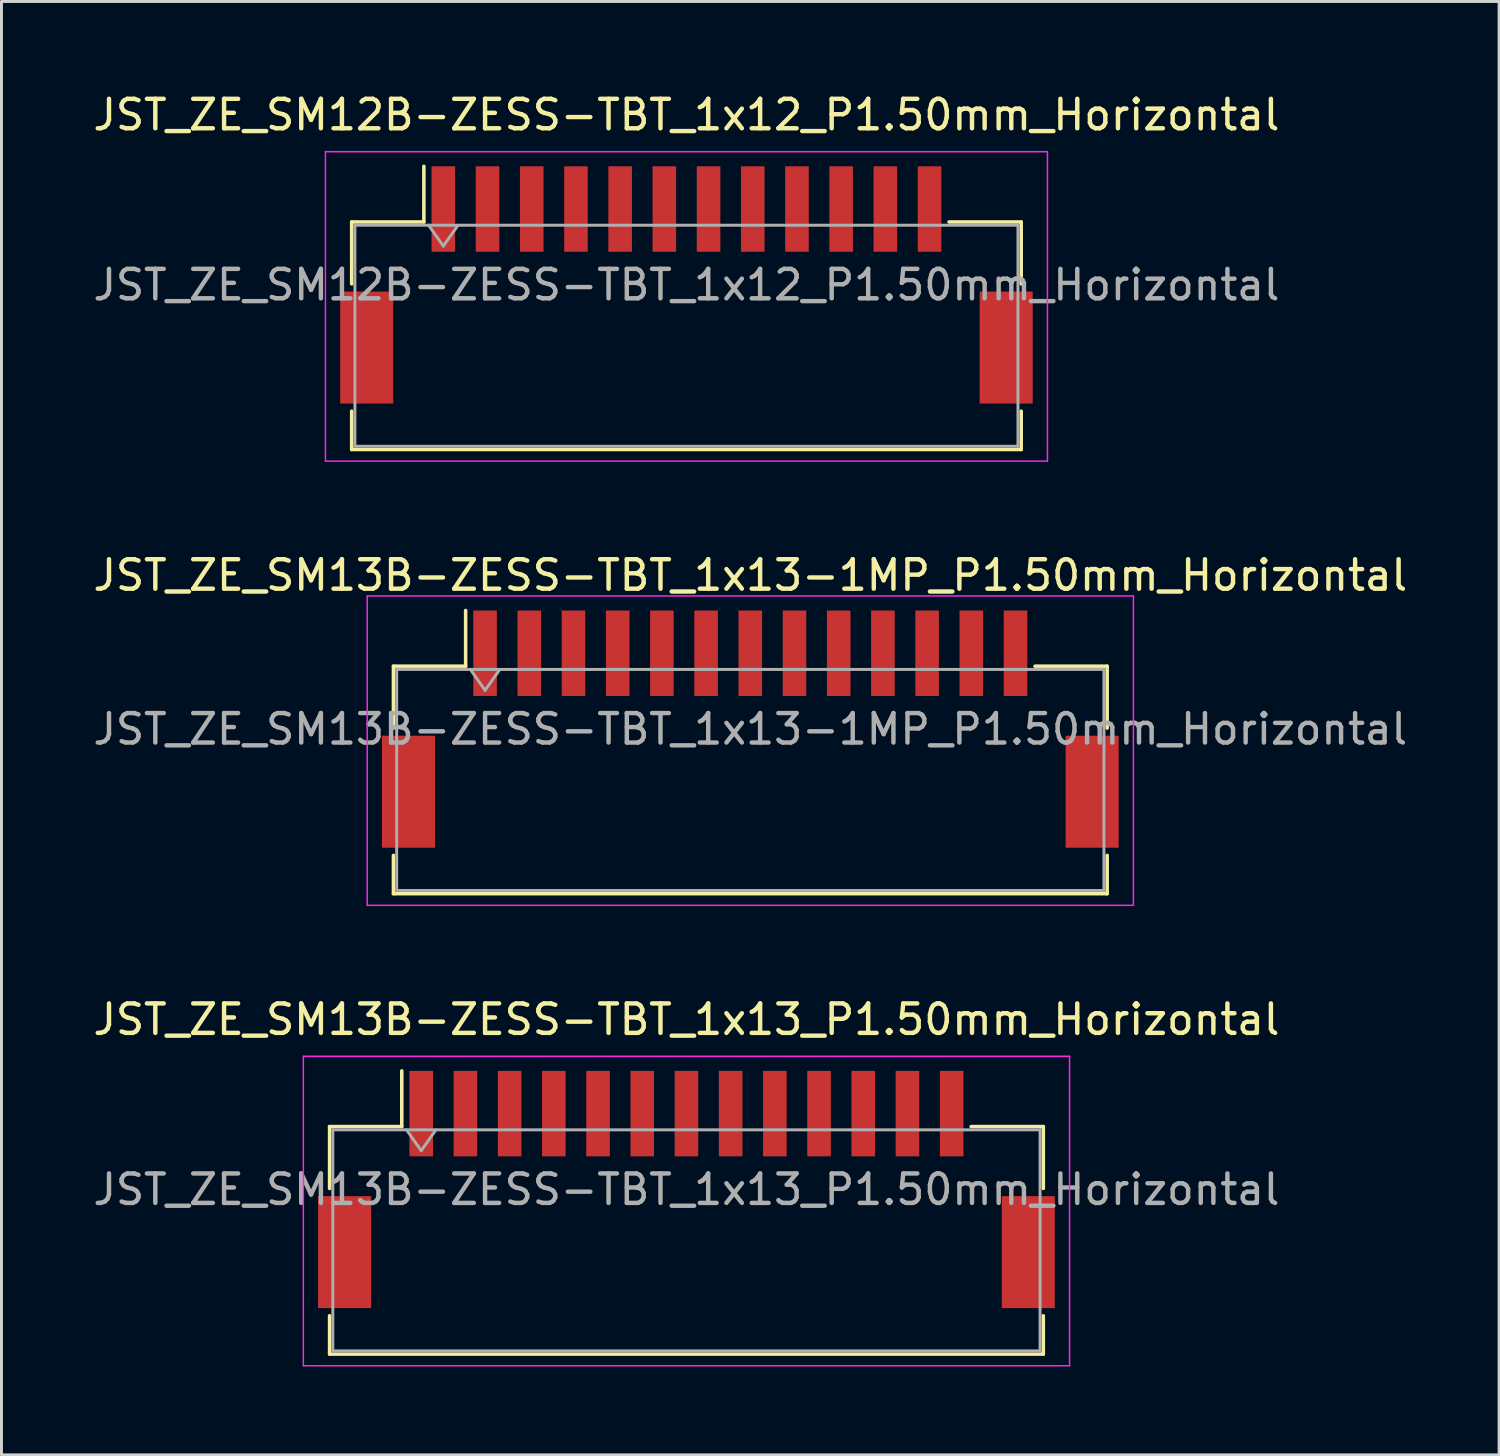
<source format=kicad_pcb>
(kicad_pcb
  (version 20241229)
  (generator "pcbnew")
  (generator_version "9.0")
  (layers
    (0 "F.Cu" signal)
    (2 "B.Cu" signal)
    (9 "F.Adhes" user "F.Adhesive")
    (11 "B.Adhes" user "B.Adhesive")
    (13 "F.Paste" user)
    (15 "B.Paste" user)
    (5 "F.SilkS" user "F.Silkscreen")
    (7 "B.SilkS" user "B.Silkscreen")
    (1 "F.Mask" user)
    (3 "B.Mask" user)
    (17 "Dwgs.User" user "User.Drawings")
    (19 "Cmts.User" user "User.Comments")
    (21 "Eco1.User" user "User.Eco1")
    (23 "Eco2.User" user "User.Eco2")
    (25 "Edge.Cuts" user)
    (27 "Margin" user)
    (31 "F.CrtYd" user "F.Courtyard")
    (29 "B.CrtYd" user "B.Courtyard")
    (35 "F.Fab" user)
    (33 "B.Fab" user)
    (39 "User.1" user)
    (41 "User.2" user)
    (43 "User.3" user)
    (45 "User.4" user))
  (footprint "JST_ZE_SM13B-ZESS-TBT_1x13-1MP_P1.50mm_Horizontal"
    (layer "F.Cu")
    (at 22.411 21.692)
    (property "Reference" "JST_ZE_SM13B-ZESS-TBT_1x13-1MP_P1.50mm_Horizontal" (at 0 -5.22 0) (layer "F.SilkS") (effects (font (size 1 1) (thickness 0.15))))
    (attr smd)
    (fp_line (start -12.11 -2.135) (end -9.66 -2.135) (stroke (width 0.12) (type solid)) (layer "F.SilkS"))
    (fp_line (start -12.11 -0.035) (end -12.11 -2.135) (stroke (width 0.12) (type solid)) (layer "F.SilkS"))
    (fp_line (start -12.11 4.285) (end -12.11 5.585) (stroke (width 0.12) (type solid)) (layer "F.SilkS"))
    (fp_line (start -12.11 5.585) (end 12.11 5.585) (stroke (width 0.12) (type solid)) (layer "F.SilkS"))
    (fp_line (start -9.66 -2.135) (end -9.66 -4.025) (stroke (width 0.12) (type solid)) (layer "F.SilkS"))
    (fp_line (start 12.11 -2.135) (end 9.66 -2.135) (stroke (width 0.12) (type solid)) (layer "F.SilkS"))
    (fp_line (start 12.11 -0.035) (end 12.11 -2.135) (stroke (width 0.12) (type solid)) (layer "F.SilkS"))
    (fp_line (start 12.11 5.585) (end 12.11 4.285) (stroke (width 0.12) (type solid)) (layer "F.SilkS"))
    (fp_line (start -13 -4.52) (end -13 5.98) (stroke (width 0.05) (type solid)) (layer "F.CrtYd"))
    (fp_line (start -13 5.98) (end 13 5.98) (stroke (width 0.05) (type solid)) (layer "F.CrtYd"))
    (fp_line (start 13 -4.52) (end -13 -4.52) (stroke (width 0.05) (type solid)) (layer "F.CrtYd"))
    (fp_line (start 13 5.98) (end 13 -4.52) (stroke (width 0.05) (type solid)) (layer "F.CrtYd"))
    (fp_line (start -12 -2.025) (end -12 5.475) (stroke (width 0.1) (type solid)) (layer "F.Fab"))
    (fp_line (start -12 -2.025) (end 12 -2.025) (stroke (width 0.1) (type solid)) (layer "F.Fab"))
    (fp_line (start -12 5.475) (end 12 5.475) (stroke (width 0.1) (type solid)) (layer "F.Fab"))
    (fp_line (start -9.5 -2.025) (end -9 -1.318) (stroke (width 0.1) (type solid)) (layer "F.Fab"))
    (fp_line (start -9 -1.318) (end -8.5 -2.025) (stroke (width 0.1) (type solid)) (layer "F.Fab"))
    (fp_line (start 12 -2.025) (end 12 5.475) (stroke (width 0.1) (type solid)) (layer "F.Fab"))
    (fp_text user "${REFERENCE}" (at 0 0 0) (layer "F.Fab") (effects (font (size 1 1) (thickness 0.15))))
    (pad "1" smd rect (at -9 -2.575) (size 0.8 2.9) (layers "F.Cu" "F.Mask" "F.Paste"))
    (pad "2" smd rect (at -7.5 -2.575) (size 0.8 2.9) (layers "F.Cu" "F.Mask" "F.Paste"))
    (pad "3" smd rect (at -6 -2.575) (size 0.8 2.9) (layers "F.Cu" "F.Mask" "F.Paste"))
    (pad "4" smd rect (at -4.5 -2.575) (size 0.8 2.9) (layers "F.Cu" "F.Mask" "F.Paste"))
    (pad "5" smd rect (at -3 -2.575) (size 0.8 2.9) (layers "F.Cu" "F.Mask" "F.Paste"))
    (pad "6" smd rect (at -1.5 -2.575) (size 0.8 2.9) (layers "F.Cu" "F.Mask" "F.Paste"))
    (pad "7" smd rect (at 0 -2.575) (size 0.8 2.9) (layers "F.Cu" "F.Mask" "F.Paste"))
    (pad "8" smd rect (at 1.5 -2.575) (size 0.8 2.9) (layers "F.Cu" "F.Mask" "F.Paste"))
    (pad "9" smd rect (at 3 -2.575) (size 0.8 2.9) (layers "F.Cu" "F.Mask" "F.Paste"))
    (pad "10" smd rect (at 4.5 -2.575) (size 0.8 2.9) (layers "F.Cu" "F.Mask" "F.Paste"))
    (pad "11" smd rect (at 6 -2.575) (size 0.8 2.9) (layers "F.Cu" "F.Mask" "F.Paste"))
    (pad "12" smd rect (at 7.5 -2.575) (size 0.8 2.9) (layers "F.Cu" "F.Mask" "F.Paste"))
    (pad "13" smd rect (at 9 -2.575) (size 0.8 2.9) (layers "F.Cu" "F.Mask" "F.Paste"))
    (pad "MP" smd rect (at -11.6 2.125) (size 1.8 3.8) (layers "F.Cu" "F.Mask" "F.Paste"))
    (pad "MP" smd rect (at 11.6 2.125) (size 1.8 3.8) (layers "F.Cu" "F.Mask" "F.Paste")))
  (footprint "JST_ZE_SM13B-ZESS-TBT_1x13_P1.50mm_Horizontal"
    (layer "F.Cu")
    (at 20.244 37.315)
    (property "Reference" "JST_ZE_SM13B-ZESS-TBT_1x13_P1.50mm_Horizontal" (at 0 -5.77 0) (layer "F.SilkS") (effects (font (size 1 1) (thickness 0.15))))
    (attr smd)
    (fp_line (start -12.11 -2.135) (end -9.66 -2.135) (stroke (width 0.12) (type solid)) (layer "F.SilkS"))
    (fp_line (start -12.11 -0.035) (end -12.11 -2.135) (stroke (width 0.12) (type solid)) (layer "F.SilkS"))
    (fp_line (start -12.11 4.285) (end -12.11 5.585) (stroke (width 0.12) (type solid)) (layer "F.SilkS"))
    (fp_line (start -12.11 5.585) (end 12.11 5.585) (stroke (width 0.12) (type solid)) (layer "F.SilkS"))
    (fp_line (start -9.66 -2.135) (end -9.66 -4.025) (stroke (width 0.12) (type solid)) (layer "F.SilkS"))
    (fp_line (start 12.11 -2.135) (end 9.66 -2.135) (stroke (width 0.12) (type solid)) (layer "F.SilkS"))
    (fp_line (start 12.11 -0.035) (end 12.11 -2.135) (stroke (width 0.12) (type solid)) (layer "F.SilkS"))
    (fp_line (start 12.11 5.585) (end 12.11 4.285) (stroke (width 0.12) (type solid)) (layer "F.SilkS"))
    (fp_line (start -13 -4.52) (end -13 5.98) (stroke (width 0.05) (type solid)) (layer "F.CrtYd"))
    (fp_line (start -13 5.98) (end 13 5.98) (stroke (width 0.05) (type solid)) (layer "F.CrtYd"))
    (fp_line (start 13 -4.52) (end -13 -4.52) (stroke (width 0.05) (type solid)) (layer "F.CrtYd"))
    (fp_line (start 13 5.98) (end 13 -4.52) (stroke (width 0.05) (type solid)) (layer "F.CrtYd"))
    (fp_line (start -12 -2.025) (end -12 5.475) (stroke (width 0.1) (type solid)) (layer "F.Fab"))
    (fp_line (start -12 -2.025) (end 12 -2.025) (stroke (width 0.1) (type solid)) (layer "F.Fab"))
    (fp_line (start -12 5.475) (end 12 5.475) (stroke (width 0.1) (type solid)) (layer "F.Fab"))
    (fp_line (start -9.5 -2.025) (end -9 -1.318) (stroke (width 0.1) (type solid)) (layer "F.Fab"))
    (fp_line (start -9 -1.318) (end -8.5 -2.025) (stroke (width 0.1) (type solid)) (layer "F.Fab"))
    (fp_line (start 12 -2.025) (end 12 5.475) (stroke (width 0.1) (type solid)) (layer "F.Fab"))
    (fp_text user "${REFERENCE}" (at 0 0 0) (layer "F.Fab") (effects (font (size 1 1) (thickness 0.15))))
    (pad "" smd rect (at -11.6 2.125) (size 1.8 3.8) (layers "F.Cu" "F.Mask" "F.Paste"))
    (pad "" smd rect (at 11.6 2.125) (size 1.8 3.8) (layers "F.Cu" "F.Mask" "F.Paste"))
    (pad "1" smd rect (at -9 -2.575) (size 0.8 2.9) (layers "F.Cu" "F.Mask" "F.Paste"))
    (pad "2" smd rect (at -7.5 -2.575) (size 0.8 2.9) (layers "F.Cu" "F.Mask" "F.Paste"))
    (pad "3" smd rect (at -6 -2.575) (size 0.8 2.9) (layers "F.Cu" "F.Mask" "F.Paste"))
    (pad "4" smd rect (at -4.5 -2.575) (size 0.8 2.9) (layers "F.Cu" "F.Mask" "F.Paste"))
    (pad "5" smd rect (at -3 -2.575) (size 0.8 2.9) (layers "F.Cu" "F.Mask" "F.Paste"))
    (pad "6" smd rect (at -1.5 -2.575) (size 0.8 2.9) (layers "F.Cu" "F.Mask" "F.Paste"))
    (pad "7" smd rect (at 0 -2.575) (size 0.8 2.9) (layers "F.Cu" "F.Mask" "F.Paste"))
    (pad "8" smd rect (at 1.5 -2.575) (size 0.8 2.9) (layers "F.Cu" "F.Mask" "F.Paste"))
    (pad "9" smd rect (at 3 -2.575) (size 0.8 2.9) (layers "F.Cu" "F.Mask" "F.Paste"))
    (pad "10" smd rect (at 4.5 -2.575) (size 0.8 2.9) (layers "F.Cu" "F.Mask" "F.Paste"))
    (pad "11" smd rect (at 6 -2.575) (size 0.8 2.9) (layers "F.Cu" "F.Mask" "F.Paste"))
    (pad "12" smd rect (at 7.5 -2.575) (size 0.8 2.9) (layers "F.Cu" "F.Mask" "F.Paste"))
    (pad "13" smd rect (at 9 -2.575) (size 0.8 2.9) (layers "F.Cu" "F.Mask" "F.Paste")))
  (footprint "JST_ZE_SM12B-ZESS-TBT_1x12_P1.50mm_Horizontal"
    (layer "F.Cu")
    (at 20.244 6.618)
    (property "Reference" "JST_ZE_SM12B-ZESS-TBT_1x12_P1.50mm_Horizontal" (at 0 -5.77 0) (layer "F.SilkS") (effects (font (size 1 1) (thickness 0.15))))
    (attr smd)
    (fp_line (start -11.36 -2.135) (end -8.91 -2.135) (stroke (width 0.12) (type solid)) (layer "F.SilkS"))
    (fp_line (start -11.36 -0.035) (end -11.36 -2.135) (stroke (width 0.12) (type solid)) (layer "F.SilkS"))
    (fp_line (start -11.36 4.285) (end -11.36 5.585) (stroke (width 0.12) (type solid)) (layer "F.SilkS"))
    (fp_line (start -11.36 5.585) (end 11.36 5.585) (stroke (width 0.12) (type solid)) (layer "F.SilkS"))
    (fp_line (start -8.91 -2.135) (end -8.91 -4.025) (stroke (width 0.12) (type solid)) (layer "F.SilkS"))
    (fp_line (start 11.36 -2.135) (end 8.91 -2.135) (stroke (width 0.12) (type solid)) (layer "F.SilkS"))
    (fp_line (start 11.36 -0.035) (end 11.36 -2.135) (stroke (width 0.12) (type solid)) (layer "F.SilkS"))
    (fp_line (start 11.36 5.585) (end 11.36 4.285) (stroke (width 0.12) (type solid)) (layer "F.SilkS"))
    (fp_line (start -12.25 -4.52) (end -12.25 5.98) (stroke (width 0.05) (type solid)) (layer "F.CrtYd"))
    (fp_line (start -12.25 5.98) (end 12.25 5.98) (stroke (width 0.05) (type solid)) (layer "F.CrtYd"))
    (fp_line (start 12.25 -4.52) (end -12.25 -4.52) (stroke (width 0.05) (type solid)) (layer "F.CrtYd"))
    (fp_line (start 12.25 5.98) (end 12.25 -4.52) (stroke (width 0.05) (type solid)) (layer "F.CrtYd"))
    (fp_line (start -11.25 -2.025) (end -11.25 5.475) (stroke (width 0.1) (type solid)) (layer "F.Fab"))
    (fp_line (start -11.25 -2.025) (end 11.25 -2.025) (stroke (width 0.1) (type solid)) (layer "F.Fab"))
    (fp_line (start -11.25 5.475) (end 11.25 5.475) (stroke (width 0.1) (type solid)) (layer "F.Fab"))
    (fp_line (start -8.75 -2.025) (end -8.25 -1.318) (stroke (width 0.1) (type solid)) (layer "F.Fab"))
    (fp_line (start -8.25 -1.318) (end -7.75 -2.025) (stroke (width 0.1) (type solid)) (layer "F.Fab"))
    (fp_line (start 11.25 -2.025) (end 11.25 5.475) (stroke (width 0.1) (type solid)) (layer "F.Fab"))
    (fp_text user "${REFERENCE}" (at 0 0 0) (layer "F.Fab") (effects (font (size 1 1) (thickness 0.15))))
    (pad "" smd rect (at -10.85 2.125) (size 1.8 3.8) (layers "F.Cu" "F.Mask" "F.Paste"))
    (pad "" smd rect (at 10.85 2.125) (size 1.8 3.8) (layers "F.Cu" "F.Mask" "F.Paste"))
    (pad "1" smd rect (at -8.25 -2.575) (size 0.8 2.9) (layers "F.Cu" "F.Mask" "F.Paste"))
    (pad "2" smd rect (at -6.75 -2.575) (size 0.8 2.9) (layers "F.Cu" "F.Mask" "F.Paste"))
    (pad "3" smd rect (at -5.25 -2.575) (size 0.8 2.9) (layers "F.Cu" "F.Mask" "F.Paste"))
    (pad "4" smd rect (at -3.75 -2.575) (size 0.8 2.9) (layers "F.Cu" "F.Mask" "F.Paste"))
    (pad "5" smd rect (at -2.25 -2.575) (size 0.8 2.9) (layers "F.Cu" "F.Mask" "F.Paste"))
    (pad "6" smd rect (at -0.75 -2.575) (size 0.8 2.9) (layers "F.Cu" "F.Mask" "F.Paste"))
    (pad "7" smd rect (at 0.75 -2.575) (size 0.8 2.9) (layers "F.Cu" "F.Mask" "F.Paste"))
    (pad "8" smd rect (at 2.25 -2.575) (size 0.8 2.9) (layers "F.Cu" "F.Mask" "F.Paste"))
    (pad "9" smd rect (at 3.75 -2.575) (size 0.8 2.9) (layers "F.Cu" "F.Mask" "F.Paste"))
    (pad "10" smd rect (at 5.25 -2.575) (size 0.8 2.9) (layers "F.Cu" "F.Mask" "F.Paste"))
    (pad "11" smd rect (at 6.75 -2.575) (size 0.8 2.9) (layers "F.Cu" "F.Mask" "F.Paste"))
    (pad "12" smd rect (at 8.25 -2.575) (size 0.8 2.9) (layers "F.Cu" "F.Mask" "F.Paste")))
  (gr_rect
    (start -3 -3)
    (end 47.821 46.32)
    (stroke (width 0.1) (type default))
    (fill no)
    (layer "Edge.Cuts")))
</source>
